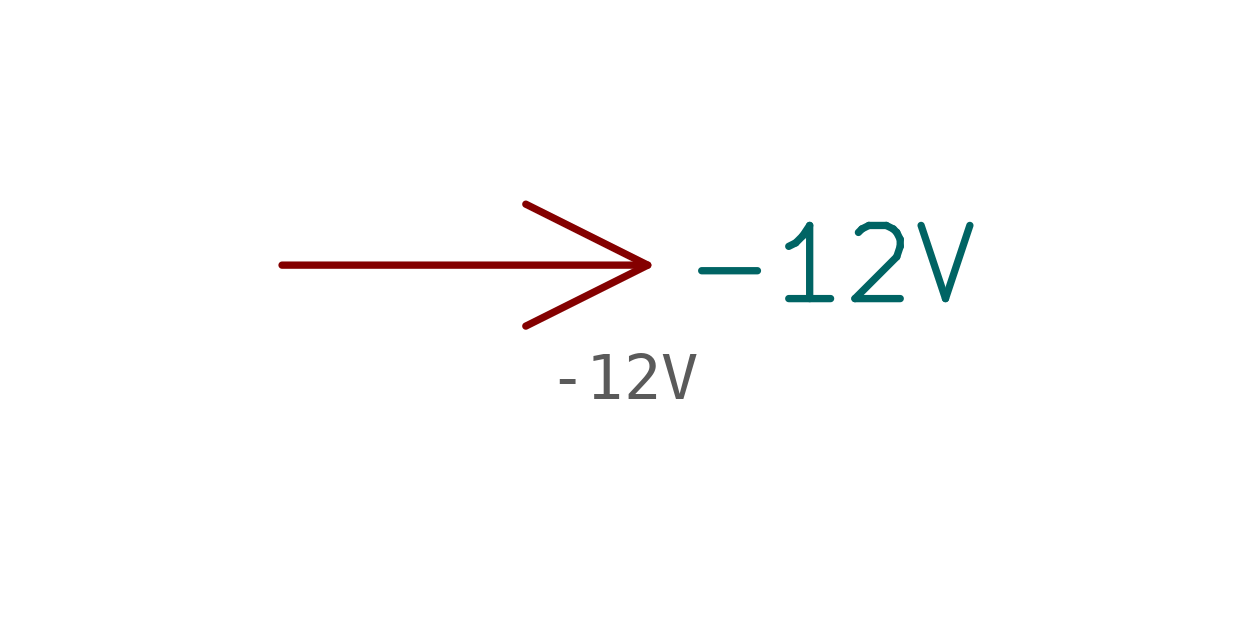
<source format=kicad_sym>
(kicad_symbol_lib
  (version 20220914)
  (generator kicad_symbol_editor)
  (symbol "-12V"
    (power)
    (pin_numbers hide)
    (pin_names
      (offset 0))
    (property "Reference" ""
      (at 2.54 -1.27 0)
      (effects (font (size 1.524 1.524)) hide))
    (property "Value" "-12V"
      (at 11.43 0 0)
      (do_not_autoplace)
      (effects (font (size 1.524 1.524))))
    (property "Footprint" ""
      (at 0 0 0)
      (effects (font (size 1.524 1.524))))
    (property "Datasheet" ""
      (at 0 0 0)
      (effects (font (size 1.524 1.524))))
    (symbol "-12V_0_1"
      (polyline (pts (xy 0 0) (xy 7.62 0)) (stroke (width 0) (type solid)) (fill (type none)))
      (polyline (pts (xy 5.08 1.27) (xy 7.62 0) (xy 5.08 -1.27)) (stroke (width 0) (type solid)) (fill (type none))))
    (symbol "-12V_1_1"
      (pin power_in line (at 0 0 0) (length 5.08) hide (name "-12V" (effects (font (size 1.27 1.27)))) (number "~" (effects (font (size 1.27 1.27))))))))
</source>
